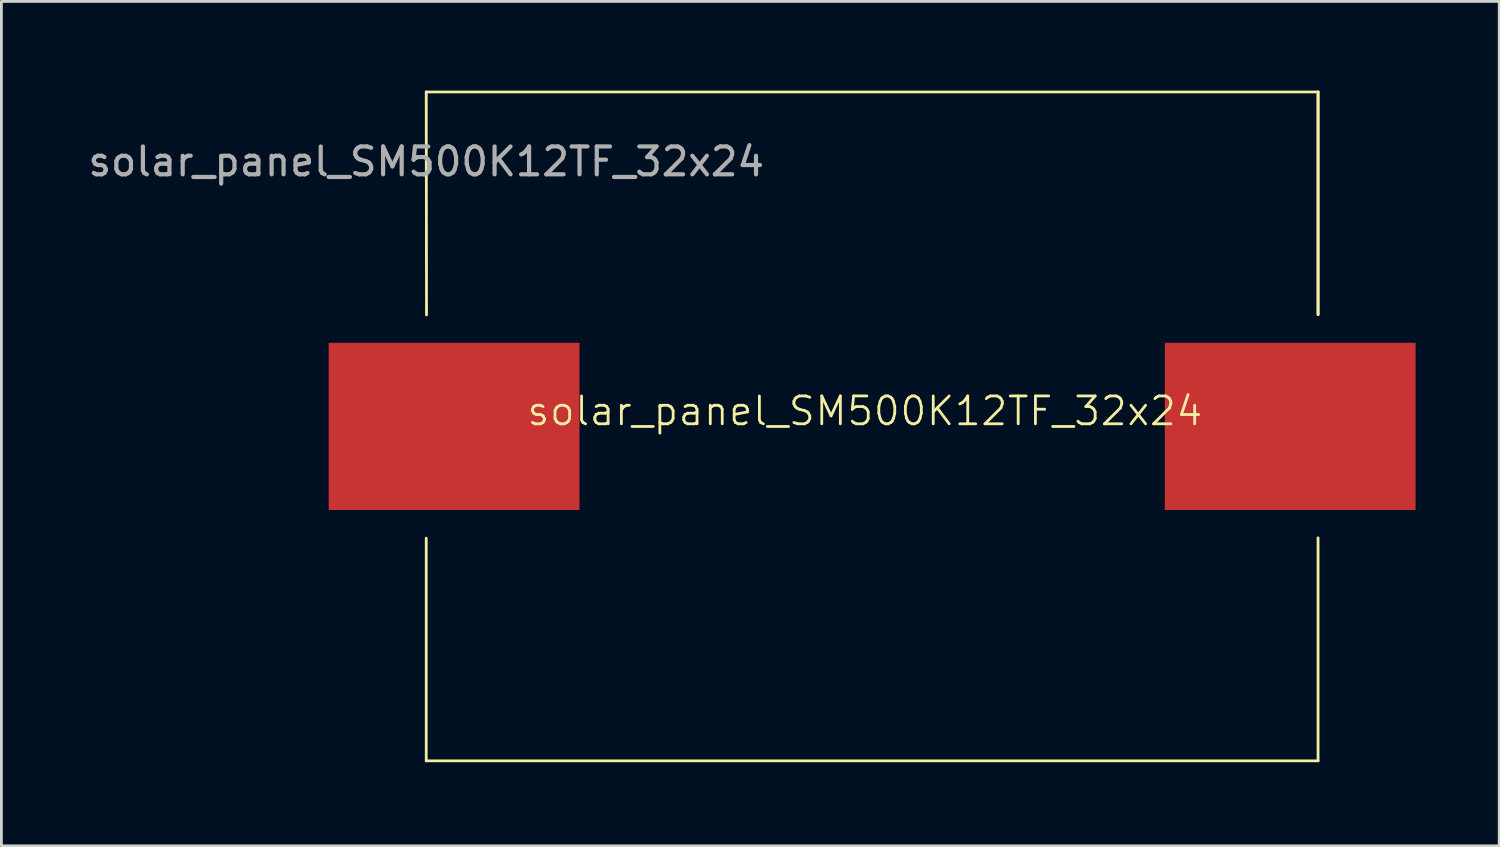
<source format=kicad_pcb>
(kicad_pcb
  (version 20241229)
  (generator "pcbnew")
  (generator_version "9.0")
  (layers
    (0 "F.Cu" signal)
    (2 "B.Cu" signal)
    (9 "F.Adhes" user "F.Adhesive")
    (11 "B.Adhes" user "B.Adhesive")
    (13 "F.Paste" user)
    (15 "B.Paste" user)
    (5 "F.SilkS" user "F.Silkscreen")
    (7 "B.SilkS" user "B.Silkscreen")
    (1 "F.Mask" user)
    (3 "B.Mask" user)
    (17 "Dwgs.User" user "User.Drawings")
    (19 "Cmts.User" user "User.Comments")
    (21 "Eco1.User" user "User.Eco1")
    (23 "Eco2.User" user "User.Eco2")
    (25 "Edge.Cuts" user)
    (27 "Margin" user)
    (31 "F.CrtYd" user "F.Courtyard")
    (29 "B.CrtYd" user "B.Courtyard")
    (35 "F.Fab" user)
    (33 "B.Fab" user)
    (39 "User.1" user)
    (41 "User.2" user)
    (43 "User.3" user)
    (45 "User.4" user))
  (footprint "solar_panel_SM500K12TF_32x24"
    (layer "F.Cu")
    (at 12.244 0.25)
    (property "Reference" "solar_panel_SM500K12TF_32x24" (at 15.74 11.45 0) (unlocked yes) (layer "F.SilkS") (effects (font (size 1 1) (thickness 0.1))))
    (attr smd)
    (fp_line (start 0 0) (end 32 0) (stroke (width 0.1) (type default)) (layer "F.SilkS"))
    (fp_line (start 0 16.01) (end 0 24) (stroke (width 0.1) (type default)) (layer "F.SilkS"))
    (fp_line (start 0.01 8) (end 0 0) (stroke (width 0.1) (type default)) (layer "F.SilkS"))
    (fp_line (start 32 0) (end 32 7.99) (stroke (width 0.1) (type default)) (layer "F.SilkS"))
    (fp_line (start 32 0) (end 32 7.99) (stroke (width 0.1) (type default)) (layer "F.SilkS"))
    (fp_line (start 32 16) (end 32 24) (stroke (width 0.1) (type default)) (layer "F.SilkS"))
    (fp_line (start 32 24) (end 0 24) (stroke (width 0.1) (type default)) (layer "F.SilkS"))
    (fp_text user "${REFERENCE}" (at 0 2.5 0) (unlocked yes) (layer "F.Fab") (effects (font (size 1 1) (thickness 0.15))))
    (pad "1" smd rect (at 1 12) (size 9 6) (layers "F.Cu" "F.Mask" "F.Paste"))
    (pad "2" smd rect (at 31 12) (size 9 6) (layers "F.Cu" "F.Mask" "F.Paste")))
  (gr_rect
    (start -3 -3)
    (end 50.744 27.3)
    (stroke (width 0.1) (type default))
    (fill no)
    (layer "Edge.Cuts")))
</source>
